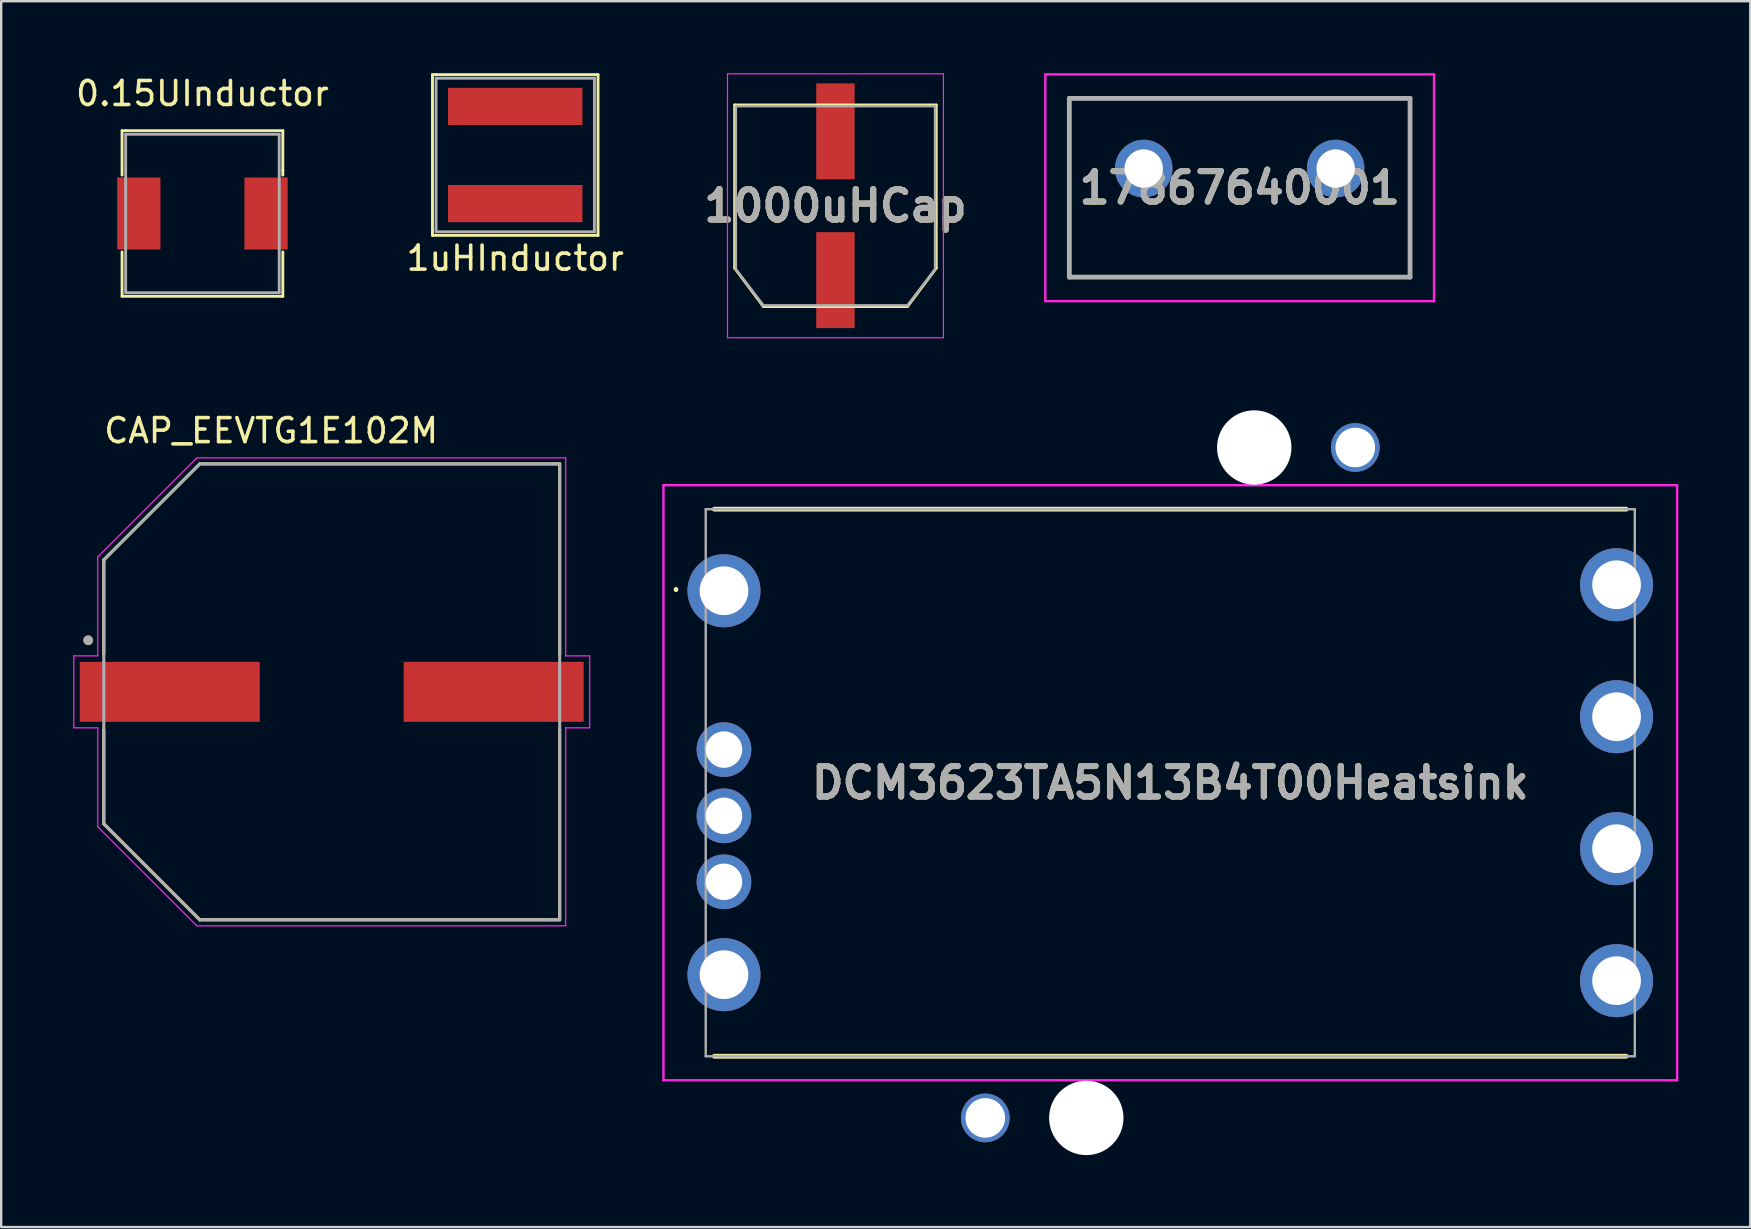
<source format=kicad_pcb>
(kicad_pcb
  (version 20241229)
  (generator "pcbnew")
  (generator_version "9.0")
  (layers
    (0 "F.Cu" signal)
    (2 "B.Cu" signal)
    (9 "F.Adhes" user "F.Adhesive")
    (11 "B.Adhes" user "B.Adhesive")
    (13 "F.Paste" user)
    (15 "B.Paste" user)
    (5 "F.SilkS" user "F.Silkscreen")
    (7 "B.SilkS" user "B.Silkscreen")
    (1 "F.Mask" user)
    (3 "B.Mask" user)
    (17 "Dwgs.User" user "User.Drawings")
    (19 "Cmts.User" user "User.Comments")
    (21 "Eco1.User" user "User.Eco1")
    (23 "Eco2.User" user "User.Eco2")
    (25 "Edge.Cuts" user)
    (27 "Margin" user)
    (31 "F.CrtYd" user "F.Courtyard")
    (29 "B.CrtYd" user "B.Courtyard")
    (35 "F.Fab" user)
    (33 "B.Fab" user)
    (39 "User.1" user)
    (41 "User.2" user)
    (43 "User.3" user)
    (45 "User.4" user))
  (footprint "0.15UInductor"
    (layer "F.Cu")
    (at 5.387 5.848)
    (property "Reference" "0.15UInductor" (at 0 -5 0) (layer "F.SilkS") (effects (font (size 1 1) (thickness 0.15))))
    (attr through_hole)
    (fp_line (start -3.35 -1.6) (end -3.35 -3.45) (stroke (width 0.12) (type solid)) (layer "F.SilkS"))
    (fp_line (start -3.35 3.45) (end -3.35 1.6) (stroke (width 0.12) (type solid)) (layer "F.SilkS"))
    (fp_line (start -3.2 -3.45) (end -3.35 -3.45) (stroke (width 0.12) (type solid)) (layer "F.SilkS"))
    (fp_line (start -3.2 -3.45) (end 3.35 -3.45) (stroke (width 0.12) (type solid)) (layer "F.SilkS"))
    (fp_line (start 3.35 -3.45) (end 3.35 -1.8) (stroke (width 0.12) (type solid)) (layer "F.SilkS"))
    (fp_line (start 3.35 -1.8) (end 3.35 -1.6) (stroke (width 0.12) (type solid)) (layer "F.SilkS"))
    (fp_line (start 3.35 1.6) (end 3.35 3.45) (stroke (width 0.12) (type solid)) (layer "F.SilkS"))
    (fp_line (start 3.35 3.45) (end -3.35 3.45) (stroke (width 0.12) (type solid)) (layer "F.SilkS"))
    (fp_line (start -3.2 -3.3) (end -3.2 3.3) (stroke (width 0.12) (type solid)) (layer "F.Fab"))
    (fp_line (start -3.2 3.3) (end 3.2 3.3) (stroke (width 0.12) (type solid)) (layer "F.Fab"))
    (fp_line (start 3.2 -3.3) (end -3.2 -3.3) (stroke (width 0.12) (type solid)) (layer "F.Fab"))
    (fp_line (start 3.2 3.3) (end 3.2 -3.3) (stroke (width 0.12) (type solid)) (layer "F.Fab"))
    (pad "1" smd rect (at -2.65 0) (size 1.8 3) (layers "F.Cu" "F.Mask" "F.Paste"))
    (pad "2" smd rect (at 2.65 0) (size 1.8 3) (layers "F.Cu" "F.Mask" "F.Paste")))
  (footprint "1000uHCap"
    (layer "F.Cu")
    (at 31.768 5.525)
    (property "Reference" "1000uHCap" (at 0 0 0) (layer "F.SilkS") (effects (font (size 1.27 1.27) (thickness 0.254))))
    (attr smd)
    (fp_line (start -4.2 2.6) (end -4.2 -4.2) (stroke (width 0.12) (type solid)) (layer "F.SilkS"))
    (fp_line (start -4.2 2.6) (end -3 4.2) (stroke (width 0.12) (type solid)) (layer "F.SilkS"))
    (fp_line (start 3 4.2) (end -3 4.2) (stroke (width 0.12) (type solid)) (layer "F.SilkS"))
    (fp_line (start 3 4.2) (end 4.2 2.6) (stroke (width 0.12) (type solid)) (layer "F.SilkS"))
    (fp_line (start 4.2 -4.2) (end -4.2 -4.2) (stroke (width 0.12) (type solid)) (layer "F.SilkS"))
    (fp_line (start 4.2 -4.2) (end 4.2 2.6) (stroke (width 0.12) (type solid)) (layer "F.SilkS"))
    (fp_line (start -4.5 -5.5) (end 4.5 -5.5) (stroke (width 0.05) (type solid)) (layer "F.CrtYd"))
    (fp_line (start -4.5 5.5) (end -4.5 -5.5) (stroke (width 0.05) (type solid)) (layer "F.CrtYd"))
    (fp_line (start 4.5 -5.5) (end 4.5 5.5) (stroke (width 0.05) (type solid)) (layer "F.CrtYd"))
    (fp_line (start 4.5 5.5) (end -4.5 5.5) (stroke (width 0.05) (type solid)) (layer "F.CrtYd"))
    (fp_line (start -4.15 2.65) (end -4.15 -4.15) (stroke (width 0.1) (type solid)) (layer "F.Fab"))
    (fp_line (start -4.15 2.65) (end -3 4.15) (stroke (width 0.1) (type solid)) (layer "F.Fab"))
    (fp_line (start -3 4.15) (end 3 4.15) (stroke (width 0.1) (type solid)) (layer "F.Fab"))
    (fp_line (start 4.15 -4.15) (end -4.15 -4.15) (stroke (width 0.1) (type solid)) (layer "F.Fab"))
    (fp_line (start 4.15 -4.15) (end 4.15 2.65) (stroke (width 0.1) (type solid)) (layer "F.Fab"))
    (fp_line (start 4.15 2.65) (end 3 4.15) (stroke (width 0.1) (type solid)) (layer "F.Fab"))
    (fp_text user "${REFERENCE}" (at 0 0 0) (layer "F.Fab") (effects (font (size 1.27 1.27) (thickness 0.254))))
    (pad "1" smd rect (at 0 3.1 90) (size 4 1.6) (layers "F.Cu" "F.Mask" "F.Paste"))
    (pad "2" smd rect (at 0 -3.1 90) (size 4 1.6) (layers "F.Cu" "F.Mask" "F.Paste")))
  (footprint "CAP_EEVTG1E102M"
    (layer "F.Cu")
    (at 10.775 25.783)
    (property "Reference" "CAP_EEVTG1E102M" (at -2.525 -10.885 0) (layer "F.SilkS") (effects (font (size 1 1) (thickness 0.15))))
    (attr through_hole)
    (fp_line (start -9.5 -5.5) (end -9.5 -1.57) (stroke (width 0.127) (type solid)) (layer "F.SilkS"))
    (fp_line (start -9.5 1.57) (end -9.5 5.5) (stroke (width 0.127) (type solid)) (layer "F.SilkS"))
    (fp_line (start -9.5 5.5) (end -5.5 9.5) (stroke (width 0.127) (type solid)) (layer "F.SilkS"))
    (fp_line (start -5.5 -9.5) (end -9.5 -5.5) (stroke (width 0.127) (type solid)) (layer "F.SilkS"))
    (fp_line (start -5.5 9.5) (end 9.5 9.5) (stroke (width 0.127) (type solid)) (layer "F.SilkS"))
    (fp_line (start 9.5 -9.5) (end -5.5 -9.5) (stroke (width 0.127) (type solid)) (layer "F.SilkS"))
    (fp_line (start 9.5 -1.57) (end 9.5 -9.5) (stroke (width 0.127) (type solid)) (layer "F.SilkS"))
    (fp_line (start 9.5 9.5) (end 9.5 1.57) (stroke (width 0.127) (type solid)) (layer "F.SilkS"))
    (fp_circle (center -10.15 -2.15) (end -10.05 -2.15) (stroke (width 0.2) (type solid)) (fill no) (layer "F.SilkS"))
    (fp_line (start -10.75 -1.5) (end -9.75 -1.5) (stroke (width 0.05) (type solid)) (layer "F.CrtYd"))
    (fp_line (start -10.75 1.5) (end -10.75 -1.5) (stroke (width 0.05) (type solid)) (layer "F.CrtYd"))
    (fp_line (start -9.75 -5.625) (end -5.625 -9.75) (stroke (width 0.05) (type solid)) (layer "F.CrtYd"))
    (fp_line (start -9.75 -1.5) (end -9.75 -5.625) (stroke (width 0.05) (type solid)) (layer "F.CrtYd"))
    (fp_line (start -9.75 1.5) (end -10.75 1.5) (stroke (width 0.05) (type solid)) (layer "F.CrtYd"))
    (fp_line (start -9.75 5.625) (end -9.75 1.5) (stroke (width 0.05) (type solid)) (layer "F.CrtYd"))
    (fp_line (start -5.625 -9.75) (end 9.75 -9.75) (stroke (width 0.05) (type solid)) (layer "F.CrtYd"))
    (fp_line (start -5.625 9.75) (end -9.75 5.625) (stroke (width 0.05) (type solid)) (layer "F.CrtYd"))
    (fp_line (start 9.75 -9.75) (end 9.75 -1.5) (stroke (width 0.05) (type solid)) (layer "F.CrtYd"))
    (fp_line (start 9.75 -1.5) (end 10.75 -1.5) (stroke (width 0.05) (type solid)) (layer "F.CrtYd"))
    (fp_line (start 9.75 1.5) (end 9.75 9.75) (stroke (width 0.05) (type solid)) (layer "F.CrtYd"))
    (fp_line (start 9.75 9.75) (end -5.625 9.75) (stroke (width 0.05) (type solid)) (layer "F.CrtYd"))
    (fp_line (start 10.75 -1.5) (end 10.75 1.5) (stroke (width 0.05) (type solid)) (layer "F.CrtYd"))
    (fp_line (start 10.75 1.5) (end 9.75 1.5) (stroke (width 0.05) (type solid)) (layer "F.CrtYd"))
    (fp_line (start -9.5 -5.5) (end -9.5 5.5) (stroke (width 0.127) (type solid)) (layer "F.Fab"))
    (fp_line (start -9.5 5.5) (end -5.5 9.5) (stroke (width 0.127) (type solid)) (layer "F.Fab"))
    (fp_line (start -5.5 -9.5) (end -9.5 -5.5) (stroke (width 0.127) (type solid)) (layer "F.Fab"))
    (fp_line (start -5.5 9.5) (end 9.5 9.5) (stroke (width 0.127) (type solid)) (layer "F.Fab"))
    (fp_line (start 9.5 -9.5) (end -5.5 -9.5) (stroke (width 0.127) (type solid)) (layer "F.Fab"))
    (fp_line (start 9.5 9.5) (end 9.5 -9.5) (stroke (width 0.127) (type solid)) (layer "F.Fab"))
    (fp_circle (center -10.15 -2.15) (end -10.05 -2.15) (stroke (width 0.2) (type solid)) (fill no) (layer "F.Fab"))
    (pad "1" smd rect (at -6.75 0) (size 7.5 2.5) (layers "F.Cu" "F.Mask" "F.Paste"))
    (pad "2" smd rect (at 6.75 0) (size 7.5 2.5) (layers "F.Cu" "F.Mask" "F.Paste")))
  (footprint "1uHInductor"
    (layer "F.Cu")
    (at 18.423 3.41)
    (property "Reference" "1uHInductor" (at 0 4.3 0) (layer "F.SilkS") (effects (font (size 1 1) (thickness 0.15))))
    (attr through_hole)
    (fp_line (start -3.45 -3.35) (end -3.3 -3.35) (stroke (width 0.12) (type solid)) (layer "F.SilkS"))
    (fp_line (start -3.45 3.35) (end -3.45 -3.35) (stroke (width 0.12) (type solid)) (layer "F.SilkS"))
    (fp_line (start -3.3 -3.35) (end 3.45 -3.35) (stroke (width 0.12) (type solid)) (layer "F.SilkS"))
    (fp_line (start 3.45 -3.35) (end 3.45 3.35) (stroke (width 0.12) (type solid)) (layer "F.SilkS"))
    (fp_line (start 3.45 3.35) (end -3.45 3.35) (stroke (width 0.12) (type solid)) (layer "F.SilkS"))
    (fp_line (start -3.3 -3.2) (end 3.3 -3.2) (stroke (width 0.12) (type solid)) (layer "F.Fab"))
    (fp_line (start -3.3 3.2) (end -3.3 -3.2) (stroke (width 0.12) (type solid)) (layer "F.Fab"))
    (fp_line (start 3.3 -3.2) (end 3.3 3.2) (stroke (width 0.12) (type solid)) (layer "F.Fab"))
    (fp_line (start 3.3 3.2) (end -3.3 3.2) (stroke (width 0.12) (type solid)) (layer "F.Fab"))
    (pad "1" smd rect (at 0 -2.025) (size 5.6 1.55) (layers "F.Cu" "F.Mask" "F.Paste"))
    (pad "2" smd rect (at 0 2.025) (size 5.6 1.55) (layers "F.Cu" "F.Mask" "F.Paste")))
  (footprint "17867640001"
    (layer "F.Cu")
    (at 48.615 4.775)
    (property "Reference" "17867640001" (at 0 0 0) (layer "F.SilkS") (effects (font (size 1.27 1.27) (thickness 0.254))))
    (attr through_hole)
    (fp_line (start -7.1 -3.725) (end 7.1 -3.725) (stroke (width 0.1) (type solid)) (layer "F.SilkS"))
    (fp_line (start -7.1 3.725) (end -7.1 -3.725) (stroke (width 0.1) (type solid)) (layer "F.SilkS"))
    (fp_line (start 7.1 -3.725) (end 7.1 3.725) (stroke (width 0.1) (type solid)) (layer "F.SilkS"))
    (fp_line (start 7.1 3.725) (end -7.1 3.725) (stroke (width 0.1) (type solid)) (layer "F.SilkS"))
    (fp_line (start -8.1 -4.725) (end 8.1 -4.725) (stroke (width 0.1) (type solid)) (layer "F.CrtYd"))
    (fp_line (start -8.1 4.725) (end -8.1 -4.725) (stroke (width 0.1) (type solid)) (layer "F.CrtYd"))
    (fp_line (start 8.1 -4.725) (end 8.1 4.725) (stroke (width 0.1) (type solid)) (layer "F.CrtYd"))
    (fp_line (start 8.1 4.725) (end -8.1 4.725) (stroke (width 0.1) (type solid)) (layer "F.CrtYd"))
    (fp_line (start -7.1 -3.725) (end 7.1 -3.725) (stroke (width 0.2) (type solid)) (layer "F.Fab"))
    (fp_line (start -7.1 3.725) (end -7.1 -3.725) (stroke (width 0.2) (type solid)) (layer "F.Fab"))
    (fp_line (start 7.1 -3.725) (end 7.1 3.725) (stroke (width 0.2) (type solid)) (layer "F.Fab"))
    (fp_line (start 7.1 3.725) (end -7.1 3.725) (stroke (width 0.2) (type solid)) (layer "F.Fab"))
    (fp_text user "${REFERENCE}" (at 0 0 0) (layer "F.Fab") (effects (font (size 1.27 1.27) (thickness 0.254))))
    (pad "" np_thru_hole circle (at 0 0) (size 0.001 0.001) (drill 2.8) (layers "*.Cu" "*.Mask"))
    (pad "1" thru_hole circle (at -4 -0.8) (size 2.4 2.4) (drill 1.6) (layers "*.Cu" "*.Mask"))
    (pad "2" thru_hole circle (at 4 -0.8) (size 2.4 2.4) (drill 1.6) (layers "*.Cu" "*.Mask")))
  (footprint "DCM3623TA5N13B4T00Heatsink"
    (layer "F.Cu")
    (at 45.722 29.57)
    (property "Reference" "DCM3623TA5N13B4T00Heatsink" (at 0 0 0) (layer "F.SilkS") (effects (font (size 1.27 1.27) (thickness 0.254))))
    (attr through_hole)
    (fp_line (start -20.6 -8.1) (end -20.6 -8.1) (stroke (width 0.1) (type solid)) (layer "F.SilkS"))
    (fp_line (start -20.6 -8) (end -20.6 -8) (stroke (width 0.1) (type solid)) (layer "F.SilkS"))
    (fp_line (start -19 -11.4) (end 19 -11.4) (stroke (width 0.2) (type solid)) (layer "F.SilkS"))
    (fp_line (start -19 11.4) (end 19 11.4) (stroke (width 0.2) (type solid)) (layer "F.SilkS"))
    (fp_arc (start -20.6 -8.1) (mid -20.55 -8.05) (end -20.6 -8) (stroke (width 0.1) (type solid)) (layer "F.SilkS"))
    (fp_arc (start -20.6 -8) (mid -20.65 -8.05) (end -20.6 -8.1) (stroke (width 0.1) (type solid)) (layer "F.SilkS"))
    (fp_line (start -21.122 -12.4) (end 21.123 -12.4) (stroke (width 0.1) (type solid)) (layer "F.CrtYd"))
    (fp_line (start -21.122 12.4) (end -21.122 -12.4) (stroke (width 0.1) (type solid)) (layer "F.CrtYd"))
    (fp_line (start 21.123 -12.4) (end 21.123 12.4) (stroke (width 0.1) (type solid)) (layer "F.CrtYd"))
    (fp_line (start 21.123 12.4) (end -21.122 12.4) (stroke (width 0.1) (type solid)) (layer "F.CrtYd"))
    (fp_line (start -19.36 -11.4) (end 19.36 -11.4) (stroke (width 0.1) (type solid)) (layer "F.Fab"))
    (fp_line (start -19.36 11.4) (end -19.36 -11.4) (stroke (width 0.1) (type solid)) (layer "F.Fab"))
    (fp_line (start 19.36 -11.4) (end 19.36 11.4) (stroke (width 0.1) (type solid)) (layer "F.Fab"))
    (fp_line (start 19.36 11.4) (end -19.36 11.4) (stroke (width 0.1) (type solid)) (layer "F.Fab"))
    (fp_text user "${REFERENCE}" (at 0 0 0) (layer "F.Fab") (effects (font (size 1.27 1.27) (thickness 0.254))))
    (pad "" np_thru_hole circle (at -3.5 13.97) (size 3.1 3.1) (drill 3.1) (layers "*.Cu" "*.Mask"))
    (pad "" np_thru_hole circle (at 3.5 -13.97) (size 3.1 3.1) (drill 3.1) (layers "*.Cu" "*.Mask"))
    (pad "A1" thru_hole circle (at -18.6 -8) (size 3.045 3.045) (drill 2.03) (layers "*.Cu" "*.Mask"))
    (pad "A2" thru_hole circle (at 18.6 -8.25) (size 3.045 3.045) (drill 2.03) (layers "*.Cu" "*.Mask"))
    (pad "B1" thru_hole circle (at -18.6 -1.38) (size 2.28 2.28) (drill 1.52) (layers "*.Cu" "*.Mask"))
    (pad "B2" thru_hole circle (at 7.71 -13.97) (size 2.03 2.03) (drill 1.65) (layers "*.Cu" "*.Mask"))
    (pad "B2" thru_hole circle (at 18.6 -2.75) (size 3.045 3.045) (drill 2.03) (layers "*.Cu" "*.Mask"))
    (pad "C1" thru_hole circle (at -18.6 1.38) (size 2.28 2.28) (drill 1.52) (layers "*.Cu" "*.Mask"))
    (pad "C2" thru_hole circle (at 18.6 2.75) (size 3.045 3.045) (drill 2.03) (layers "*.Cu" "*.Mask"))
    (pad "D1" thru_hole circle (at -18.6 4.13) (size 2.28 2.28) (drill 1.52) (layers "*.Cu" "*.Mask"))
    (pad "D2" thru_hole circle (at -7.71 13.97) (size 2.03 2.03) (drill 1.65) (layers "*.Cu" "*.Mask"))
    (pad "D2" thru_hole circle (at 18.6 8.25) (size 3.045 3.045) (drill 2.03) (layers "*.Cu" "*.Mask"))
    (pad "E1" thru_hole circle (at -18.6 8) (size 3.045 3.045) (drill 2.03) (layers "*.Cu" "*.Mask")))
  (gr_rect
    (start -3 -3)
    (end 69.895 48.09)
    (stroke (width 0.1) (type default))
    (fill no)
    (layer "Edge.Cuts")))
</source>
